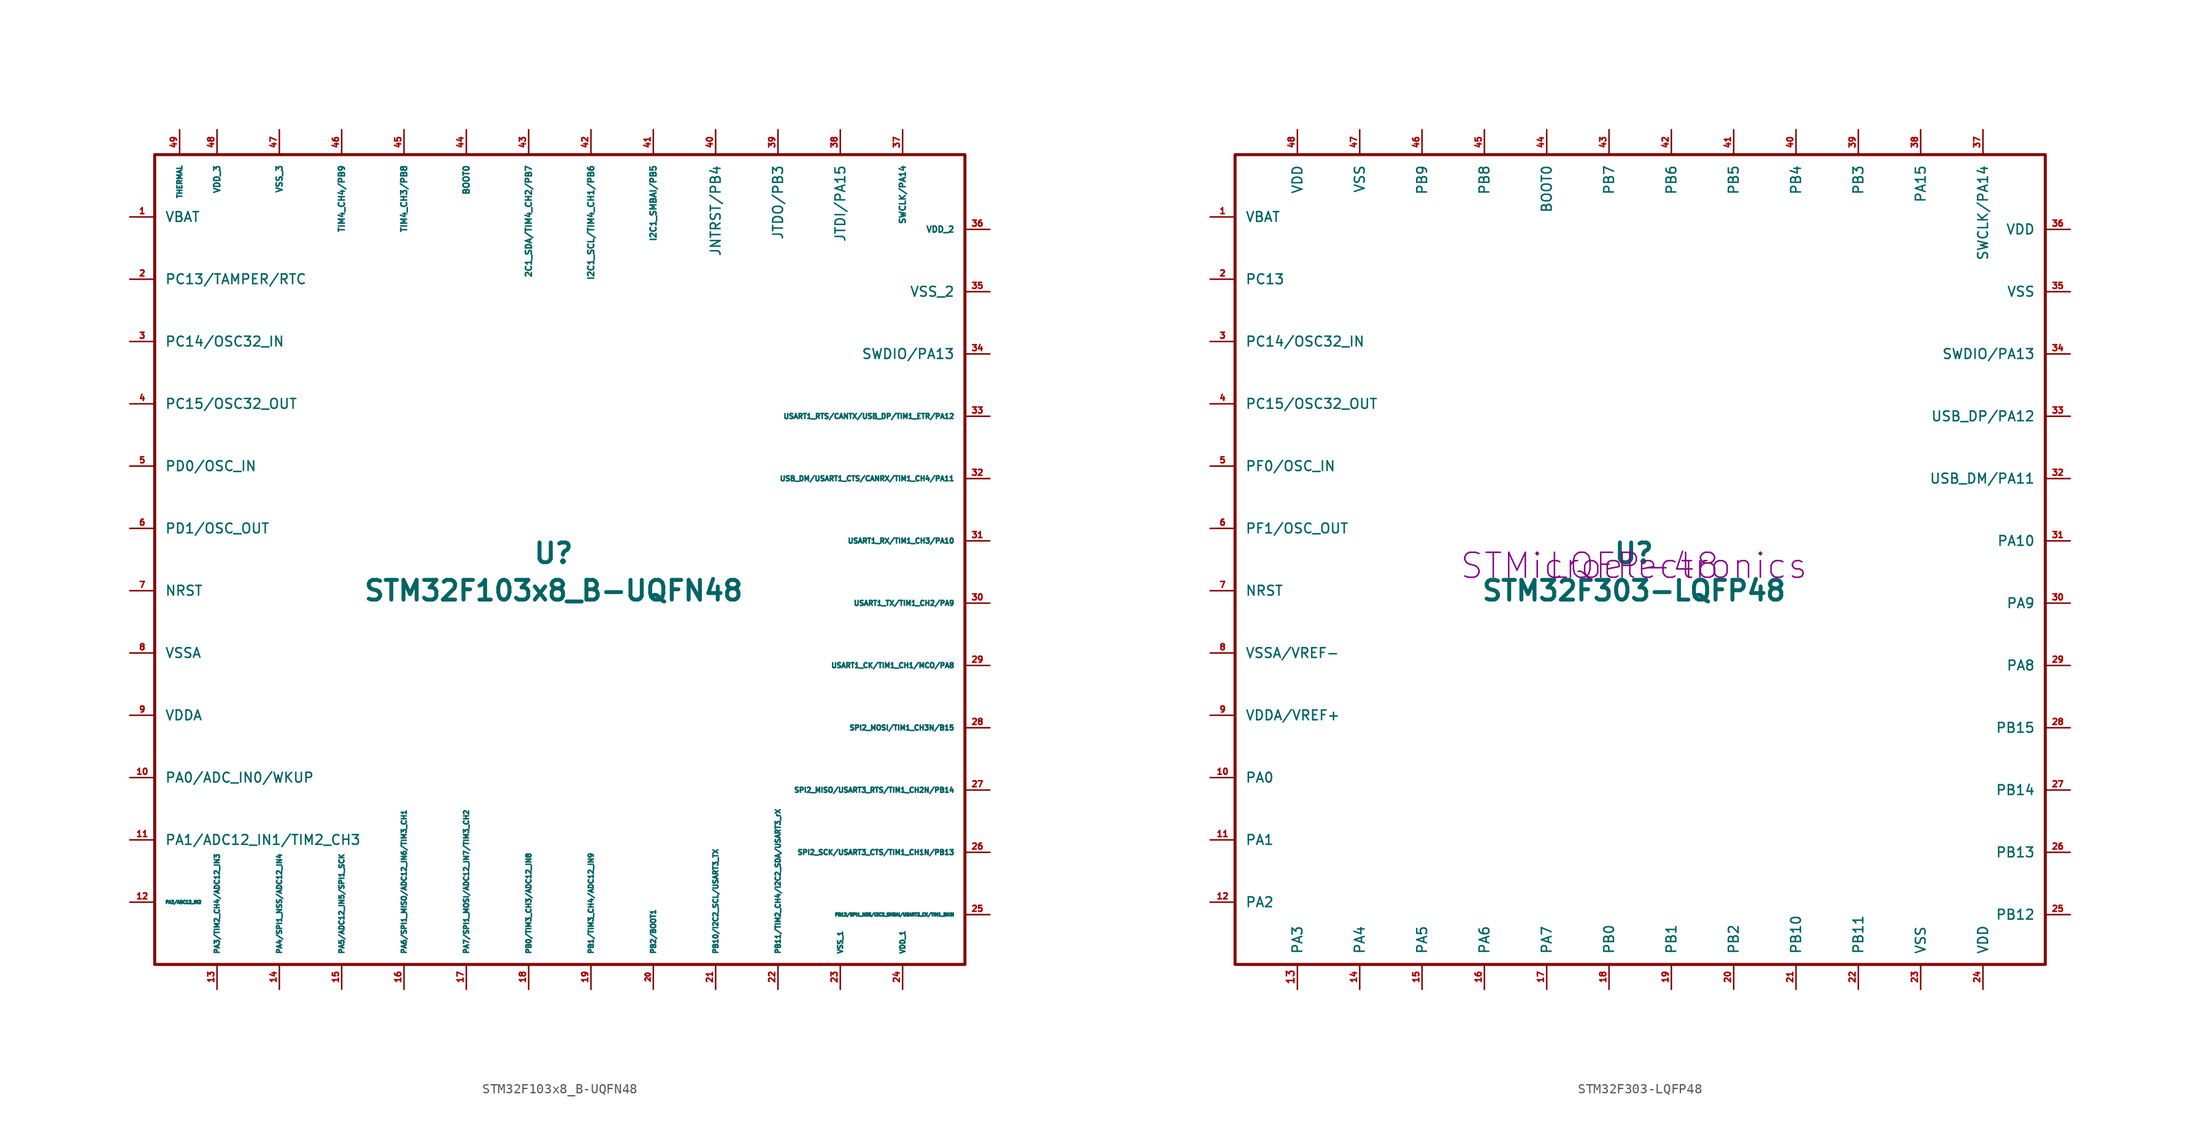
<source format=kicad_sym>
(kicad_symbol_lib
  (version 20211014)
  (generator kicad_symbol_editor)
  (symbol "acheron_Symbols:STM32F103x8_B-UQFN48"
    (pin_names
      (offset 1.016))
    (property "Reference" "U"
      (at 0 1.27 0)
      (effects (font (size 2.007 2.007) bold)))
    (property "Value" "STM32F103x8_B-UQFN48"
      (at 0 -2.54 0)
      (effects (font (size 2.007 2.007) bold)))
    (symbol "STM32F103x8_B-UQFN48_0_1"
      (rectangle (start 41.91 41.91) (end -40.64 -40.64) (stroke (width 0.305) (type default) (color 0 0 0 0)) (fill (type none))))
    (symbol "STM32F103x8_B-UQFN48_1_1"
      (pin power_in line (at -43.18 35.56 0) (length 2.54) (name "VBAT" (effects (font (size 0.991 0.991)))) (number "1" (effects (font (size 0.61 0.61)))))
      (pin bidirectional line (at -43.18 -21.59 0) (length 2.54) (name "PA0/ADC_IN0/WKUP" (effects (font (size 0.991 0.991)))) (number "10" (effects (font (size 0.61 0.61)))))
      (pin bidirectional line (at -43.18 -27.94 0) (length 2.54) (name "PA1/ADC12_IN1/TIM2_CH3" (effects (font (size 0.991 0.991)))) (number "11" (effects (font (size 0.61 0.61)))))
      (pin bidirectional line (at -43.18 -34.29 0) (length 2.54) (name "PA2/ADC12_IN2" (effects (font (size 0.305 0.305)))) (number "12" (effects (font (size 0.61 0.61)))))
      (pin bidirectional line (at -34.29 -43.18 90) (length 2.54) (name "PA3/TIM2_CH4/ADC12_IN3" (effects (font (size 0.508 0.508)))) (number "13" (effects (font (size 0.61 0.61)))))
      (pin bidirectional line (at -27.94 -43.18 90) (length 2.54) (name "PA4/SPI1_NSS/ADC12_IN4" (effects (font (size 0.508 0.508)))) (number "14" (effects (font (size 0.61 0.61)))))
      (pin bidirectional line (at -21.59 -43.18 90) (length 2.54) (name "PA5/ADC12_IN5/SPI1_SCK" (effects (font (size 0.508 0.508)))) (number "15" (effects (font (size 0.61 0.61)))))
      (pin bidirectional line (at -15.24 -43.18 90) (length 2.54) (name "PA6/SPI1_MISO/ADC12_IN6/TIM3_CH1" (effects (font (size 0.508 0.508)))) (number "16" (effects (font (size 0.61 0.61)))))
      (pin bidirectional line (at -8.89 -43.18 90) (length 2.54) (name "PA7/SPI1_MOSI/ADC12_IN7/TIM3_CH2" (effects (font (size 0.508 0.508)))) (number "17" (effects (font (size 0.61 0.61)))))
      (pin bidirectional line (at -2.54 -43.18 90) (length 2.54) (name "PB0/TIM3_CH3/ADC12_IN8" (effects (font (size 0.508 0.508)))) (number "18" (effects (font (size 0.61 0.61)))))
      (pin bidirectional line (at 3.81 -43.18 90) (length 2.54) (name "PB1/TIM3_CH4/ADC12_IN9" (effects (font (size 0.508 0.508)))) (number "19" (effects (font (size 0.61 0.61)))))
      (pin bidirectional line (at -43.18 29.21 0) (length 2.54) (name "PC13/TAMPER/RTC" (effects (font (size 0.991 0.991)))) (number "2" (effects (font (size 0.61 0.61)))))
      (pin bidirectional line (at 10.16 -43.18 90) (length 2.54) (name "PB2/BOOT1" (effects (font (size 0.508 0.508)))) (number "20" (effects (font (size 0.508 0.508)))))
      (pin bidirectional line (at 16.51 -43.18 90) (length 2.54) (name "PB10/I2C2_SCL/USART3_TX" (effects (font (size 0.508 0.508)))) (number "21" (effects (font (size 0.61 0.61)))))
      (pin bidirectional line (at 22.86 -43.18 90) (length 2.54) (name "PB11/TIM2_CH4/I2C2_SDA/USART3_rX" (effects (font (size 0.508 0.508)))) (number "22" (effects (font (size 0.61 0.61)))))
      (pin power_in line (at 29.21 -43.18 90) (length 2.54) (name "VSS_1" (effects (font (size 0.508 0.508)))) (number "23" (effects (font (size 0.61 0.61)))))
      (pin power_in line (at 35.56 -43.18 90) (length 2.54) (name "VDD_1" (effects (font (size 0.508 0.508)))) (number "24" (effects (font (size 0.61 0.61)))))
      (pin bidirectional line (at 44.45 -35.56 180) (length 2.54) (name "PB12/SPI1_NSS/I2C2_SMBAI/USART3_CK/TIM1_BKIN" (effects (font (size 0.305 0.305)))) (number "25" (effects (font (size 0.61 0.61)))))
      (pin bidirectional line (at 44.45 -29.21 180) (length 2.54) (name "SPI2_SCK/USART3_CTS/TIM1_CH1N/PB13" (effects (font (size 0.508 0.508)))) (number "26" (effects (font (size 0.61 0.61)))))
      (pin bidirectional line (at 44.45 -22.86 180) (length 2.54) (name "SPI2_MISO/USART3_RTS/TIM1_CH2N/PB14" (effects (font (size 0.508 0.508)))) (number "27" (effects (font (size 0.61 0.61)))))
      (pin bidirectional line (at 44.45 -16.51 180) (length 2.54) (name "SPI2_MOSI/TIM1_CH3N/B15" (effects (font (size 0.508 0.508)))) (number "28" (effects (font (size 0.61 0.61)))))
      (pin bidirectional line (at 44.45 -10.16 180) (length 2.54) (name "USART1_CK/TIM1_CH1/MCO/PA8" (effects (font (size 0.508 0.508)))) (number "29" (effects (font (size 0.61 0.61)))))
      (pin bidirectional line (at -43.18 22.86 0) (length 2.54) (name "PC14/OSC32_IN" (effects (font (size 0.991 0.991)))) (number "3" (effects (font (size 0.61 0.61)))))
      (pin bidirectional line (at 44.45 -3.81 180) (length 2.54) (name "USART1_TX/TIM1_CH2/PA9" (effects (font (size 0.508 0.508)))) (number "30" (effects (font (size 0.61 0.61)))))
      (pin bidirectional line (at 44.45 2.54 180) (length 2.54) (name "USART1_RX/TIM1_CH3/PA10" (effects (font (size 0.508 0.508)))) (number "31" (effects (font (size 0.61 0.61)))))
      (pin bidirectional line (at 44.45 8.89 180) (length 2.54) (name "USB_DM/USART1_CTS/CANRX/TIM1_CH4/PA11" (effects (font (size 0.508 0.508)))) (number "32" (effects (font (size 0.61 0.61)))))
      (pin bidirectional line (at 44.45 15.24 180) (length 2.54) (name "USART1_RTS/CANTX/USB_DP/TIM1_ETR/PA12" (effects (font (size 0.508 0.508)))) (number "33" (effects (font (size 0.61 0.61)))))
      (pin bidirectional line (at 44.45 21.59 180) (length 2.54) (name "SWDIO/PA13" (effects (font (size 0.991 0.991)))) (number "34" (effects (font (size 0.61 0.61)))))
      (pin power_in line (at 44.45 27.94 180) (length 2.54) (name "VSS_2" (effects (font (size 0.991 0.991)))) (number "35" (effects (font (size 0.61 0.61)))))
      (pin power_in line (at 44.45 34.29 180) (length 2.54) (name "VDD_2" (effects (font (size 0.61 0.61)))) (number "36" (effects (font (size 0.61 0.61)))))
      (pin bidirectional line (at 35.56 44.45 270) (length 2.54) (name "SWCLK/PA14" (effects (font (size 0.61 0.61)))) (number "37" (effects (font (size 0.61 0.61)))))
      (pin bidirectional line (at 29.21 44.45 270) (length 2.54) (name "JTDI/PA15" (effects (font (size 0.991 0.991)))) (number "38" (effects (font (size 0.61 0.61)))))
      (pin bidirectional line (at 22.86 44.45 270) (length 2.54) (name "JTDO/PB3" (effects (font (size 0.991 0.991)))) (number "39" (effects (font (size 0.61 0.61)))))
      (pin bidirectional line (at -43.18 16.51 0) (length 2.54) (name "PC15/OSC32_OUT" (effects (font (size 0.991 0.991)))) (number "4" (effects (font (size 0.61 0.61)))))
      (pin bidirectional line (at 16.51 44.45 270) (length 2.54) (name "JNTRST/PB4" (effects (font (size 0.991 0.991)))) (number "40" (effects (font (size 0.61 0.61)))))
      (pin bidirectional line (at 10.16 44.45 270) (length 2.54) (name "I2C1_SMBAI/PB5" (effects (font (size 0.61 0.61)))) (number "41" (effects (font (size 0.61 0.61)))))
      (pin bidirectional line (at 3.81 44.45 270) (length 2.54) (name "I2C1_SCL/TIM4_CH1/PB6" (effects (font (size 0.61 0.61)))) (number "42" (effects (font (size 0.61 0.61)))))
      (pin bidirectional line (at -2.54 44.45 270) (length 2.54) (name "2C1_SDA/TIM4_CH2/PB7" (effects (font (size 0.61 0.61)))) (number "43" (effects (font (size 0.61 0.61)))))
      (pin output line (at -8.89 44.45 270) (length 2.54) (name "BOOT0" (effects (font (size 0.61 0.61)))) (number "44" (effects (font (size 0.61 0.61)))))
      (pin bidirectional line (at -15.24 44.45 270) (length 2.54) (name "TIM4_CH3/PB8" (effects (font (size 0.61 0.61)))) (number "45" (effects (font (size 0.61 0.61)))))
      (pin input line (at -21.59 44.45 270) (length 2.54) (name "TIM4_CH4/PB9" (effects (font (size 0.61 0.61)))) (number "46" (effects (font (size 0.61 0.61)))))
      (pin input line (at -27.94 44.45 270) (length 2.54) (name "VSS_3" (effects (font (size 0.61 0.61)))) (number "47" (effects (font (size 0.61 0.61)))))
      (pin input line (at -34.29 44.45 270) (length 2.54) (name "VDD_3" (effects (font (size 0.61 0.61)))) (number "48" (effects (font (size 0.61 0.61)))))
      (pin input line (at -38.1 44.45 270) (length 2.54) (name "THERMAL" (effects (font (size 0.508 0.508)))) (number "49" (effects (font (size 0.61 0.61)))))
      (pin bidirectional line (at -43.18 10.16 0) (length 2.54) (name "PD0/OSC_IN" (effects (font (size 0.991 0.991)))) (number "5" (effects (font (size 0.61 0.61)))))
      (pin bidirectional line (at -43.18 3.81 0) (length 2.54) (name "PD1/OSC_OUT" (effects (font (size 0.991 0.991)))) (number "6" (effects (font (size 0.61 0.61)))))
      (pin input line (at -43.18 -2.54 0) (length 2.54) (name "NRST" (effects (font (size 0.991 0.991)))) (number "7" (effects (font (size 0.61 0.61)))))
      (pin power_in line (at -43.18 -8.89 0) (length 2.54) (name "VSSA" (effects (font (size 0.991 0.991)))) (number "8" (effects (font (size 0.61 0.61)))))
      (pin power_in line (at -43.18 -15.24 0) (length 2.54) (name "VDDA" (effects (font (size 0.991 0.991)))) (number "9" (effects (font (size 0.61 0.61)))))))
  (symbol "acheron_Symbols:STM32F303-LQFP48"
    (pin_names
      (offset 1.016))
    (property "Reference" "U"
      (at 0 1.27 0)
      (effects (font (size 2.007 2.007) bold)))
    (property "Value" "STM32F303-LQFP48"
      (at 0 -2.54 0)
      (effects (font (size 2.007 2.007) bold)))
    (property "Manufacturer" "STMicroelectronics"
      (at 0 0 0)
      (effects (font (size 2.54 2.54))))
    (property "Package" "LQFP-48"
      (at 0 0 0)
      (effects (font (size 2.54 2.54))))
    (symbol "STM32F303-LQFP48_0_1"
      (rectangle (start 41.91 41.91) (end -40.64 -40.64) (stroke (width 0.305) (type default) (color 0 0 0 0)) (fill (type none))))
    (symbol "STM32F303-LQFP48_1_1"
      (pin power_in line (at -43.18 35.56 0) (length 2.54) (name "VBAT" (effects (font (size 0.991 0.991)))) (number "1" (effects (font (size 0.61 0.61)))))
      (pin bidirectional line (at -43.18 -21.59 0) (length 2.54) (name "PA0" (effects (font (size 0.991 0.991)))) (number "10" (effects (font (size 0.61 0.61)))))
      (pin bidirectional line (at -43.18 -27.94 0) (length 2.54) (name "PA1" (effects (font (size 0.991 0.991)))) (number "11" (effects (font (size 0.61 0.61)))))
      (pin bidirectional line (at -43.18 -34.29 0) (length 2.54) (name "PA2" (effects (font (size 0.991 0.991)))) (number "12" (effects (font (size 0.61 0.61)))))
      (pin bidirectional line (at -34.29 -43.18 90) (length 2.54) (name "PA3" (effects (font (size 0.991 0.991)))) (number "13" (effects (font (size 0.762 0.762)))))
      (pin bidirectional line (at -27.94 -43.18 90) (length 2.54) (name "PA4" (effects (font (size 0.991 0.991)))) (number "14" (effects (font (size 0.61 0.61)))))
      (pin bidirectional line (at -21.59 -43.18 90) (length 2.54) (name "PA5" (effects (font (size 0.991 0.991)))) (number "15" (effects (font (size 0.61 0.61)))))
      (pin bidirectional line (at -15.24 -43.18 90) (length 2.54) (name "PA6" (effects (font (size 0.991 0.991)))) (number "16" (effects (font (size 0.61 0.61)))))
      (pin bidirectional line (at -8.89 -43.18 90) (length 2.54) (name "PA7" (effects (font (size 0.991 0.991)))) (number "17" (effects (font (size 0.61 0.61)))))
      (pin bidirectional line (at -2.54 -43.18 90) (length 2.54) (name "PB0" (effects (font (size 0.991 0.991)))) (number "18" (effects (font (size 0.61 0.61)))))
      (pin bidirectional line (at 3.81 -43.18 90) (length 2.54) (name "PB1" (effects (font (size 0.991 0.991)))) (number "19" (effects (font (size 0.61 0.61)))))
      (pin bidirectional line (at -43.18 29.21 0) (length 2.54) (name "PC13" (effects (font (size 0.991 0.991)))) (number "2" (effects (font (size 0.61 0.61)))))
      (pin bidirectional line (at 10.16 -43.18 90) (length 2.54) (name "PB2" (effects (font (size 0.991 0.991)))) (number "20" (effects (font (size 0.61 0.61)))))
      (pin bidirectional line (at 16.51 -43.18 90) (length 2.54) (name "PB10" (effects (font (size 0.991 0.991)))) (number "21" (effects (font (size 0.61 0.61)))))
      (pin bidirectional line (at 22.86 -43.18 90) (length 2.54) (name "PB11" (effects (font (size 0.991 0.991)))) (number "22" (effects (font (size 0.61 0.61)))))
      (pin power_in line (at 29.21 -43.18 90) (length 2.54) (name "VSS" (effects (font (size 0.991 0.991)))) (number "23" (effects (font (size 0.61 0.61)))))
      (pin power_in line (at 35.56 -43.18 90) (length 2.54) (name "VDD" (effects (font (size 0.991 0.991)))) (number "24" (effects (font (size 0.61 0.61)))))
      (pin bidirectional line (at 44.45 -35.56 180) (length 2.54) (name "PB12" (effects (font (size 0.991 0.991)))) (number "25" (effects (font (size 0.61 0.61)))))
      (pin bidirectional line (at 44.45 -29.21 180) (length 2.54) (name "PB13" (effects (font (size 0.991 0.991)))) (number "26" (effects (font (size 0.61 0.61)))))
      (pin bidirectional line (at 44.45 -22.86 180) (length 2.54) (name "PB14" (effects (font (size 0.991 0.991)))) (number "27" (effects (font (size 0.61 0.61)))))
      (pin bidirectional line (at 44.45 -16.51 180) (length 2.54) (name "PB15" (effects (font (size 0.991 0.991)))) (number "28" (effects (font (size 0.61 0.61)))))
      (pin bidirectional line (at 44.45 -10.16 180) (length 2.54) (name "PA8" (effects (font (size 0.991 0.991)))) (number "29" (effects (font (size 0.61 0.61)))))
      (pin bidirectional line (at -43.18 22.86 0) (length 2.54) (name "PC14/OSC32_IN" (effects (font (size 0.991 0.991)))) (number "3" (effects (font (size 0.61 0.61)))))
      (pin bidirectional line (at 44.45 -3.81 180) (length 2.54) (name "PA9" (effects (font (size 0.991 0.991)))) (number "30" (effects (font (size 0.61 0.61)))))
      (pin bidirectional line (at 44.45 2.54 180) (length 2.54) (name "PA10" (effects (font (size 0.991 0.991)))) (number "31" (effects (font (size 0.61 0.61)))))
      (pin bidirectional line (at 44.45 8.89 180) (length 2.54) (name "USB_DM/PA11" (effects (font (size 0.991 0.991)))) (number "32" (effects (font (size 0.61 0.61)))))
      (pin bidirectional line (at 44.45 15.24 180) (length 2.54) (name "USB_DP/PA12" (effects (font (size 0.991 0.991)))) (number "33" (effects (font (size 0.61 0.61)))))
      (pin bidirectional line (at 44.45 21.59 180) (length 2.54) (name "SWDIO/PA13" (effects (font (size 0.991 0.991)))) (number "34" (effects (font (size 0.61 0.61)))))
      (pin power_in line (at 44.45 27.94 180) (length 2.54) (name "VSS" (effects (font (size 0.991 0.991)))) (number "35" (effects (font (size 0.61 0.61)))))
      (pin power_in line (at 44.45 34.29 180) (length 2.54) (name "VDD" (effects (font (size 0.991 0.991)))) (number "36" (effects (font (size 0.61 0.61)))))
      (pin bidirectional line (at 35.56 44.45 270) (length 2.54) (name "SWCLK/PA14" (effects (font (size 0.991 0.991)))) (number "37" (effects (font (size 0.61 0.61)))))
      (pin bidirectional line (at 29.21 44.45 270) (length 2.54) (name "PA15" (effects (font (size 0.991 0.991)))) (number "38" (effects (font (size 0.61 0.61)))))
      (pin bidirectional line (at 22.86 44.45 270) (length 2.54) (name "PB3" (effects (font (size 0.991 0.991)))) (number "39" (effects (font (size 0.61 0.61)))))
      (pin bidirectional line (at -43.18 16.51 0) (length 2.54) (name "PC15/OSC32_OUT" (effects (font (size 0.991 0.991)))) (number "4" (effects (font (size 0.61 0.61)))))
      (pin bidirectional line (at 16.51 44.45 270) (length 2.54) (name "PB4" (effects (font (size 0.991 0.991)))) (number "40" (effects (font (size 0.61 0.61)))))
      (pin bidirectional line (at 10.16 44.45 270) (length 2.54) (name "PB5" (effects (font (size 0.991 0.991)))) (number "41" (effects (font (size 0.61 0.61)))))
      (pin bidirectional line (at 3.81 44.45 270) (length 2.54) (name "PB6" (effects (font (size 0.991 0.991)))) (number "42" (effects (font (size 0.61 0.61)))))
      (pin bidirectional line (at -2.54 44.45 270) (length 2.54) (name "PB7" (effects (font (size 0.991 0.991)))) (number "43" (effects (font (size 0.61 0.61)))))
      (pin output line (at -8.89 44.45 270) (length 2.54) (name "BOOT0" (effects (font (size 0.991 0.991)))) (number "44" (effects (font (size 0.61 0.61)))))
      (pin bidirectional line (at -15.24 44.45 270) (length 2.54) (name "PB8" (effects (font (size 0.991 0.991)))) (number "45" (effects (font (size 0.61 0.61)))))
      (pin input line (at -21.59 44.45 270) (length 2.54) (name "PB9" (effects (font (size 0.991 0.991)))) (number "46" (effects (font (size 0.61 0.61)))))
      (pin input line (at -27.94 44.45 270) (length 2.54) (name "VSS" (effects (font (size 0.991 0.991)))) (number "47" (effects (font (size 0.61 0.61)))))
      (pin input line (at -34.29 44.45 270) (length 2.54) (name "VDD" (effects (font (size 0.991 0.991)))) (number "48" (effects (font (size 0.61 0.61)))))
      (pin bidirectional line (at -43.18 10.16 0) (length 2.54) (name "PF0/OSC_IN" (effects (font (size 0.991 0.991)))) (number "5" (effects (font (size 0.61 0.61)))))
      (pin bidirectional line (at -43.18 3.81 0) (length 2.54) (name "PF1/OSC_OUT" (effects (font (size 0.991 0.991)))) (number "6" (effects (font (size 0.61 0.61)))))
      (pin input line (at -43.18 -2.54 0) (length 2.54) (name "NRST" (effects (font (size 0.991 0.991)))) (number "7" (effects (font (size 0.61 0.61)))))
      (pin power_in line (at -43.18 -8.89 0) (length 2.54) (name "VSSA/VREF-" (effects (font (size 0.991 0.991)))) (number "8" (effects (font (size 0.61 0.61)))))
      (pin power_in line (at -43.18 -15.24 0) (length 2.54) (name "VDDA/VREF+" (effects (font (size 0.991 0.991)))) (number "9" (effects (font (size 0.61 0.61))))))))
</source>
